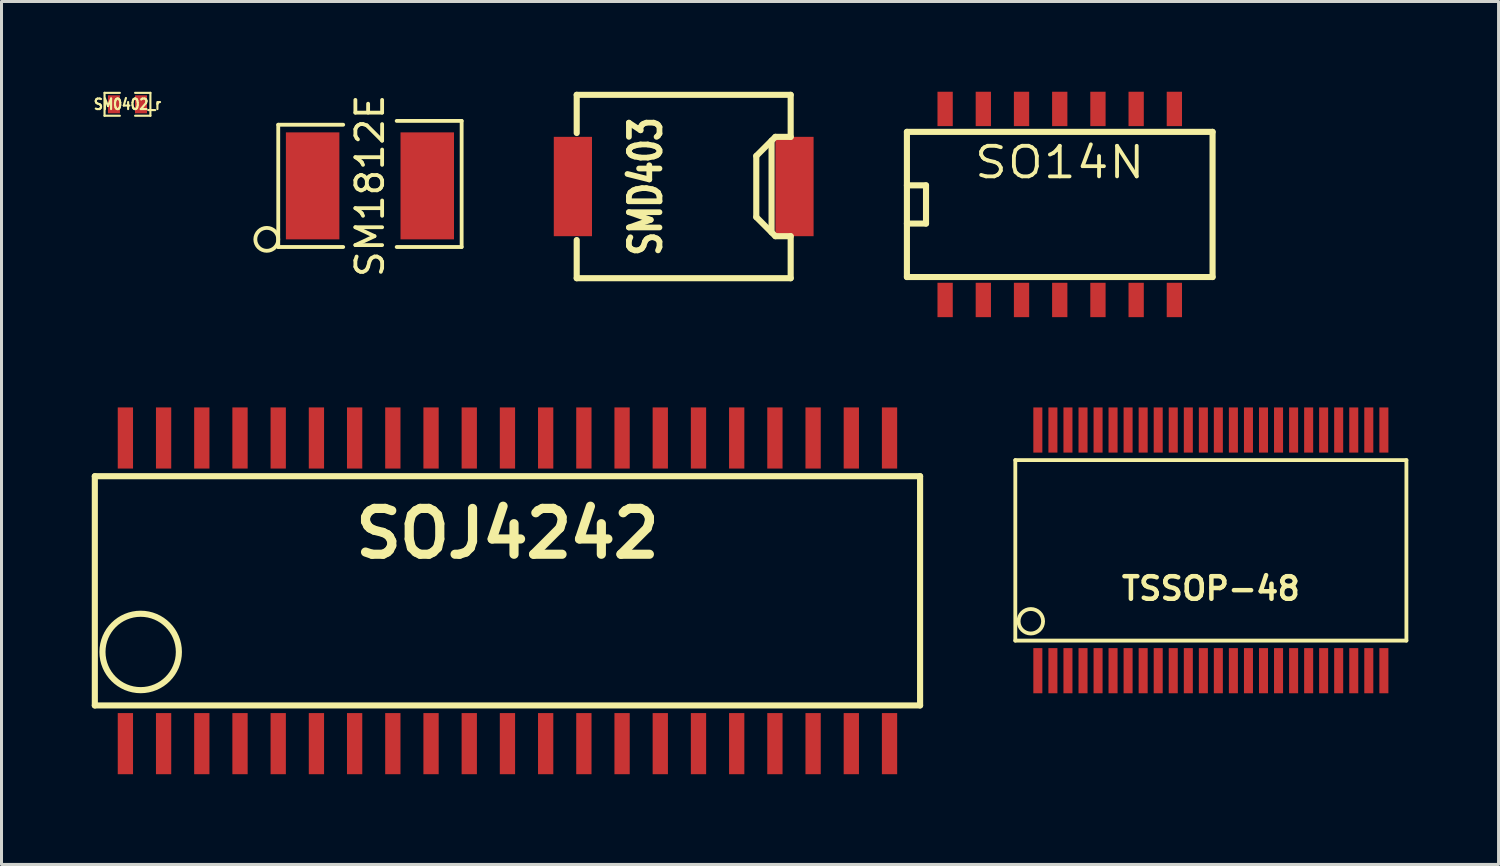
<source format=kicad_pcb>
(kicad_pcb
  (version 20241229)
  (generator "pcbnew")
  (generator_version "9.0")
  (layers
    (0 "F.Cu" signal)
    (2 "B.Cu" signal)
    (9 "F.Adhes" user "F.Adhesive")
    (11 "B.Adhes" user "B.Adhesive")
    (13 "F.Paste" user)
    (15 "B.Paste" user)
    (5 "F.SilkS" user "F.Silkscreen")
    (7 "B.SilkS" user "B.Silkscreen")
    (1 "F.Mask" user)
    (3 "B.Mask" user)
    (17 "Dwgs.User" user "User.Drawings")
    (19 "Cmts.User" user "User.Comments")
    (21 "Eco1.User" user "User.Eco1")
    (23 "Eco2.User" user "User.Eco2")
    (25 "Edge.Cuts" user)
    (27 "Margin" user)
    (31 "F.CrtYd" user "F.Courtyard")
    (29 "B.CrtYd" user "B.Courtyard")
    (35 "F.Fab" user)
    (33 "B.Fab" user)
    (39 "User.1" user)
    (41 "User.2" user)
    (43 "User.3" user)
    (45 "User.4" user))
  (footprint "SM0402_r"
    (layer "F.Cu")
    (at 1.187 0.417)
    (property "Reference" "SM0402_r" (at 0 0 0) (layer "F.SilkS") (effects (font (size 0.351 0.305) (thickness 0.071))))
    (attr smd)
    (fp_line (start -0.762 -0.381) (end -0.762 0.381) (stroke (width 0.071) (type solid)) (layer "F.SilkS"))
    (fp_line (start -0.762 0.381) (end -0.254 0.381) (stroke (width 0.071) (type solid)) (layer "F.SilkS"))
    (fp_line (start -0.254 -0.381) (end -0.762 -0.381) (stroke (width 0.071) (type solid)) (layer "F.SilkS"))
    (fp_line (start 0.254 -0.381) (end 0.762 -0.381) (stroke (width 0.071) (type solid)) (layer "F.SilkS"))
    (fp_line (start 0.762 -0.381) (end 0.762 0.381) (stroke (width 0.071) (type solid)) (layer "F.SilkS"))
    (fp_line (start 0.762 0.381) (end 0.254 0.381) (stroke (width 0.071) (type solid)) (layer "F.SilkS"))
    (pad "1" smd rect (at -0.45 0) (size 0.399 0.599) (layers "F.Cu" "F.Mask" "F.Paste"))
    (pad "2" smd rect (at 0.45 0) (size 0.399 0.599) (layers "F.Cu" "F.Mask" "F.Paste")))
  (footprint "TSSOP-48"
    (layer "F.Cu")
    (at 37.199 15.244)
    (property "Reference" "TSSOP-48" (at 0 1.27 0) (layer "F.SilkS") (effects (font (size 0.749 0.749) (thickness 0.15))))
    (attr smd)
    (fp_line (start -6.5 -3) (end 6.5 -3) (stroke (width 0.127) (type solid)) (layer "F.SilkS"))
    (fp_line (start -6.5 3) (end -6.5 -3) (stroke (width 0.127) (type solid)) (layer "F.SilkS"))
    (fp_line (start 6.5 -3) (end 6.5 3) (stroke (width 0.127) (type solid)) (layer "F.SilkS"))
    (fp_line (start 6.5 3) (end -6.5 3) (stroke (width 0.127) (type solid)) (layer "F.SilkS"))
    (fp_circle (center -5.984 2.357) (end -6.238 2.675) (stroke (width 0.127) (type solid)) (fill no) (layer "F.SilkS"))
    (pad "1" smd rect (at -5.751 4) (size 0.3 1.501) (layers "F.Cu" "F.Mask" "F.Paste"))
    (pad "2" smd rect (at -5.25 4) (size 0.3 1.501) (layers "F.Cu" "F.Mask" "F.Paste"))
    (pad "3" smd rect (at -4.75 4) (size 0.3 1.501) (layers "F.Cu" "F.Mask" "F.Paste"))
    (pad "4" smd rect (at -4.249 4) (size 0.3 1.501) (layers "F.Cu" "F.Mask" "F.Paste"))
    (pad "5" smd rect (at -3.749 4) (size 0.3 1.501) (layers "F.Cu" "F.Mask" "F.Paste"))
    (pad "6" smd rect (at -3.251 4) (size 0.3 1.501) (layers "F.Cu" "F.Mask" "F.Paste"))
    (pad "7" smd rect (at -2.751 4) (size 0.3 1.501) (layers "F.Cu" "F.Mask" "F.Paste"))
    (pad "8" smd rect (at -2.25 4) (size 0.3 1.501) (layers "F.Cu" "F.Mask" "F.Paste"))
    (pad "9" smd rect (at -1.75 4) (size 0.3 1.501) (layers "F.Cu" "F.Mask" "F.Paste"))
    (pad "10" smd rect (at -1.25 4) (size 0.3 1.501) (layers "F.Cu" "F.Mask" "F.Paste"))
    (pad "11" smd rect (at -0.749 4) (size 0.3 1.501) (layers "F.Cu" "F.Mask" "F.Paste"))
    (pad "12" smd rect (at -0.249 4) (size 0.3 1.501) (layers "F.Cu" "F.Mask" "F.Paste"))
    (pad "13" smd rect (at 0.249 4) (size 0.3 1.501) (layers "F.Cu" "F.Mask" "F.Paste"))
    (pad "14" smd rect (at 0.749 4) (size 0.3 1.501) (layers "F.Cu" "F.Mask" "F.Paste"))
    (pad "15" smd rect (at 1.25 4) (size 0.3 1.501) (layers "F.Cu" "F.Mask" "F.Paste"))
    (pad "16" smd rect (at 1.75 4) (size 0.3 1.501) (layers "F.Cu" "F.Mask" "F.Paste"))
    (pad "17" smd rect (at 2.25 4) (size 0.3 1.501) (layers "F.Cu" "F.Mask" "F.Paste"))
    (pad "18" smd rect (at 2.751 4) (size 0.3 1.501) (layers "F.Cu" "F.Mask" "F.Paste"))
    (pad "19" smd rect (at 3.251 4) (size 0.3 1.501) (layers "F.Cu" "F.Mask" "F.Paste"))
    (pad "20" smd rect (at 3.749 4) (size 0.3 1.501) (layers "F.Cu" "F.Mask" "F.Paste"))
    (pad "21" smd rect (at 4.249 4) (size 0.3 1.501) (layers "F.Cu" "F.Mask" "F.Paste"))
    (pad "22" smd rect (at 4.75 4) (size 0.3 1.501) (layers "F.Cu" "F.Mask" "F.Paste"))
    (pad "23" smd rect (at 5.25 4) (size 0.3 1.501) (layers "F.Cu" "F.Mask" "F.Paste"))
    (pad "24" smd rect (at 5.751 4) (size 0.3 1.501) (layers "F.Cu" "F.Mask" "F.Paste"))
    (pad "25" smd rect (at 5.751 -4) (size 0.3 1.501) (layers "F.Cu" "F.Mask" "F.Paste"))
    (pad "26" smd rect (at 5.25 -4) (size 0.3 1.501) (layers "F.Cu" "F.Mask" "F.Paste"))
    (pad "27" smd rect (at 4.75 -4) (size 0.3 1.501) (layers "F.Cu" "F.Mask" "F.Paste"))
    (pad "28" smd rect (at 4.249 -4) (size 0.3 1.501) (layers "F.Cu" "F.Mask" "F.Paste"))
    (pad "29" smd rect (at 3.749 -4) (size 0.3 1.501) (layers "F.Cu" "F.Mask" "F.Paste"))
    (pad "30" smd rect (at 3.251 -4) (size 0.3 1.501) (layers "F.Cu" "F.Mask" "F.Paste"))
    (pad "31" smd rect (at 2.751 -4) (size 0.3 1.501) (layers "F.Cu" "F.Mask" "F.Paste"))
    (pad "32" smd rect (at 2.25 -4) (size 0.3 1.501) (layers "F.Cu" "F.Mask" "F.Paste"))
    (pad "33" smd rect (at 1.75 -4) (size 0.3 1.501) (layers "F.Cu" "F.Mask" "F.Paste"))
    (pad "34" smd rect (at 1.25 -4) (size 0.3 1.501) (layers "F.Cu" "F.Mask" "F.Paste"))
    (pad "35" smd rect (at 0.749 -4) (size 0.3 1.501) (layers "F.Cu" "F.Mask" "F.Paste"))
    (pad "36" smd rect (at 0.249 -4) (size 0.3 1.501) (layers "F.Cu" "F.Mask" "F.Paste"))
    (pad "37" smd rect (at -0.249 -4) (size 0.3 1.501) (layers "F.Cu" "F.Mask" "F.Paste"))
    (pad "38" smd rect (at -0.749 -4) (size 0.3 1.501) (layers "F.Cu" "F.Mask" "F.Paste"))
    (pad "39" smd rect (at -1.25 -4) (size 0.3 1.501) (layers "F.Cu" "F.Mask" "F.Paste"))
    (pad "40" smd rect (at -1.75 -4) (size 0.3 1.501) (layers "F.Cu" "F.Mask" "F.Paste"))
    (pad "41" smd rect (at -2.25 -4) (size 0.3 1.501) (layers "F.Cu" "F.Mask" "F.Paste"))
    (pad "42" smd rect (at -2.751 -4) (size 0.3 1.501) (layers "F.Cu" "F.Mask" "F.Paste"))
    (pad "43" smd rect (at -3.251 -4) (size 0.3 1.501) (layers "F.Cu" "F.Mask" "F.Paste"))
    (pad "44" smd rect (at -3.749 -4) (size 0.3 1.501) (layers "F.Cu" "F.Mask" "F.Paste"))
    (pad "45" smd rect (at -4.249 -4) (size 0.3 1.501) (layers "F.Cu" "F.Mask" "F.Paste"))
    (pad "46" smd rect (at -4.75 -4) (size 0.3 1.501) (layers "F.Cu" "F.Mask" "F.Paste"))
    (pad "47" smd rect (at -5.25 -4) (size 0.3 1.501) (layers "F.Cu" "F.Mask" "F.Paste"))
    (pad "48" smd rect (at -5.751 -4) (size 0.3 1.501) (layers "F.Cu" "F.Mask" "F.Paste")))
  (footprint "SOJ4242"
    (layer "F.Cu")
    (at 13.818 16.589)
    (property "Reference" "SOJ4242" (at 0 -1.905 0) (layer "F.SilkS") (effects (font (size 1.524 1.524) (thickness 0.305))))
    (attr smd)
    (fp_line (start -13.716 -3.81) (end 13.716 -3.81) (stroke (width 0.203) (type solid)) (layer "F.SilkS"))
    (fp_line (start -13.716 3.81) (end -13.716 -3.81) (stroke (width 0.203) (type solid)) (layer "F.SilkS"))
    (fp_line (start 13.716 3.81) (end -13.716 3.81) (stroke (width 0.203) (type solid)) (layer "F.SilkS"))
    (fp_line (start 13.716 3.81) (end 13.716 -3.81) (stroke (width 0.203) (type solid)) (layer "F.SilkS"))
    (fp_circle (center -12.192 2.032) (end -12.192 0.762) (stroke (width 0.203) (type solid)) (fill no) (layer "F.SilkS"))
    (pad "1" smd rect (at -12.7 5.08) (size 0.508 2.032) (layers "F.Cu" "F.Mask" "F.Paste"))
    (pad "2" smd rect (at -11.43 5.08) (size 0.508 2.032) (layers "F.Cu" "F.Mask" "F.Paste"))
    (pad "3" smd rect (at -10.16 5.08) (size 0.508 2.032) (layers "F.Cu" "F.Mask" "F.Paste"))
    (pad "4" smd rect (at -8.89 5.08) (size 0.508 2.032) (layers "F.Cu" "F.Mask" "F.Paste"))
    (pad "5" smd rect (at -7.62 5.08) (size 0.508 2.032) (layers "F.Cu" "F.Mask" "F.Paste"))
    (pad "6" smd rect (at -6.35 5.08) (size 0.508 2.032) (layers "F.Cu" "F.Mask" "F.Paste"))
    (pad "7" smd rect (at -5.08 5.08) (size 0.508 2.032) (layers "F.Cu" "F.Mask" "F.Paste"))
    (pad "8" smd rect (at -3.81 5.08) (size 0.508 2.032) (layers "F.Cu" "F.Mask" "F.Paste"))
    (pad "9" smd rect (at -2.54 5.08) (size 0.508 2.032) (layers "F.Cu" "F.Mask" "F.Paste"))
    (pad "10" smd rect (at -1.27 5.08) (size 0.508 2.032) (layers "F.Cu" "F.Mask" "F.Paste"))
    (pad "11" smd rect (at 0 5.08) (size 0.508 2.032) (layers "F.Cu" "F.Mask" "F.Paste"))
    (pad "12" smd rect (at 1.27 5.08) (size 0.508 2.032) (layers "F.Cu" "F.Mask" "F.Paste"))
    (pad "13" smd rect (at 2.54 5.08) (size 0.508 2.032) (layers "F.Cu" "F.Mask" "F.Paste"))
    (pad "14" smd rect (at 3.81 5.08) (size 0.508 2.032) (layers "F.Cu" "F.Mask" "F.Paste"))
    (pad "15" smd rect (at 5.08 5.08) (size 0.508 2.032) (layers "F.Cu" "F.Mask" "F.Paste"))
    (pad "16" smd rect (at 6.35 5.08) (size 0.508 2.032) (layers "F.Cu" "F.Mask" "F.Paste"))
    (pad "17" smd rect (at 7.62 5.08) (size 0.508 2.032) (layers "F.Cu" "F.Mask" "F.Paste"))
    (pad "18" smd rect (at 8.89 5.08) (size 0.508 2.032) (layers "F.Cu" "F.Mask" "F.Paste"))
    (pad "19" smd rect (at 10.16 5.08) (size 0.508 2.032) (layers "F.Cu" "F.Mask" "F.Paste"))
    (pad "20" smd rect (at 11.43 5.08) (size 0.508 2.032) (layers "F.Cu" "F.Mask" "F.Paste"))
    (pad "21" smd rect (at 12.7 5.08) (size 0.508 2.032) (layers "F.Cu" "F.Mask" "F.Paste"))
    (pad "22" smd rect (at 12.7 -5.08) (size 0.508 2.032) (layers "F.Cu" "F.Mask" "F.Paste"))
    (pad "23" smd rect (at 11.43 -5.08) (size 0.508 2.032) (layers "F.Cu" "F.Mask" "F.Paste"))
    (pad "24" smd rect (at 10.16 -5.08) (size 0.508 2.032) (layers "F.Cu" "F.Mask" "F.Paste"))
    (pad "25" smd rect (at 8.89 -5.08) (size 0.508 2.032) (layers "F.Cu" "F.Mask" "F.Paste"))
    (pad "26" smd rect (at 7.62 -5.08) (size 0.508 2.032) (layers "F.Cu" "F.Mask" "F.Paste"))
    (pad "27" smd rect (at 6.35 -5.08) (size 0.508 2.032) (layers "F.Cu" "F.Mask" "F.Paste"))
    (pad "28" smd rect (at 5.08 -5.08) (size 0.508 2.032) (layers "F.Cu" "F.Mask" "F.Paste"))
    (pad "29" smd rect (at 3.81 -5.08) (size 0.508 2.032) (layers "F.Cu" "F.Mask" "F.Paste"))
    (pad "30" smd rect (at 2.54 -5.08) (size 0.508 2.032) (layers "F.Cu" "F.Mask" "F.Paste"))
    (pad "31" smd rect (at 1.27 -5.08) (size 0.508 2.032) (layers "F.Cu" "F.Mask" "F.Paste"))
    (pad "32" smd rect (at 0 -5.08) (size 0.508 2.032) (layers "F.Cu" "F.Mask" "F.Paste"))
    (pad "33" smd rect (at -1.27 -5.08) (size 0.508 2.032) (layers "F.Cu" "F.Mask" "F.Paste"))
    (pad "34" smd rect (at -2.54 -5.08) (size 0.508 2.032) (layers "F.Cu" "F.Mask" "F.Paste"))
    (pad "35" smd rect (at -3.81 -5.08) (size 0.508 2.032) (layers "F.Cu" "F.Mask" "F.Paste"))
    (pad "36" smd rect (at -5.08 -5.08) (size 0.508 2.032) (layers "F.Cu" "F.Mask" "F.Paste"))
    (pad "37" smd rect (at -6.35 -5.08) (size 0.508 2.032) (layers "F.Cu" "F.Mask" "F.Paste"))
    (pad "38" smd rect (at -7.62 -5.08) (size 0.508 2.032) (layers "F.Cu" "F.Mask" "F.Paste"))
    (pad "39" smd rect (at -8.89 -5.08) (size 0.508 2.032) (layers "F.Cu" "F.Mask" "F.Paste"))
    (pad "40" smd rect (at -10.16 -5.08) (size 0.508 2.032) (layers "F.Cu" "F.Mask" "F.Paste"))
    (pad "41" smd rect (at -11.43 -5.08) (size 0.508 2.032) (layers "F.Cu" "F.Mask" "F.Paste"))
    (pad "42" smd rect (at -12.7 -5.08) (size 0.508 2.032) (layers "F.Cu" "F.Mask" "F.Paste")))
  (footprint "SO14N"
    (layer "F.Cu")
    (at 32.176 3.619)
    (property "Reference" "SO14N" (at 0 -1.27 0) (layer "F.SilkS") (effects (font (size 1.016 1.143) (thickness 0.127))))
    (attr smd)
    (fp_line (start -5.08 -2.286) (end 5.08 -2.286) (stroke (width 0.203) (type solid)) (layer "F.SilkS"))
    (fp_line (start -5.08 -0.508) (end -4.445 -0.508) (stroke (width 0.203) (type solid)) (layer "F.SilkS"))
    (fp_line (start -5.08 2.54) (end -5.08 -2.286) (stroke (width 0.203) (type solid)) (layer "F.SilkS"))
    (fp_line (start -4.445 -0.508) (end -4.445 0.762) (stroke (width 0.203) (type solid)) (layer "F.SilkS"))
    (fp_line (start -4.445 0.762) (end -5.08 0.762) (stroke (width 0.203) (type solid)) (layer "F.SilkS"))
    (fp_line (start 5.08 -2.286) (end 5.08 2.54) (stroke (width 0.203) (type solid)) (layer "F.SilkS"))
    (fp_line (start 5.08 2.54) (end -5.08 2.54) (stroke (width 0.203) (type solid)) (layer "F.SilkS"))
    (pad "1" smd rect (at -3.81 3.302) (size 0.508 1.143) (layers "F.Cu" "F.Mask" "F.Paste"))
    (pad "2" smd rect (at -2.54 3.302) (size 0.508 1.143) (layers "F.Cu" "F.Mask" "F.Paste"))
    (pad "3" smd rect (at -1.27 3.302) (size 0.508 1.143) (layers "F.Cu" "F.Mask" "F.Paste"))
    (pad "4" smd rect (at 0 3.302) (size 0.508 1.143) (layers "F.Cu" "F.Mask" "F.Paste"))
    (pad "5" smd rect (at 1.27 3.302) (size 0.508 1.143) (layers "F.Cu" "F.Mask" "F.Paste"))
    (pad "6" smd rect (at 2.54 3.302) (size 0.508 1.143) (layers "F.Cu" "F.Mask" "F.Paste"))
    (pad "7" smd rect (at 3.81 3.302) (size 0.508 1.143) (layers "F.Cu" "F.Mask" "F.Paste"))
    (pad "8" smd rect (at 3.81 -3.048) (size 0.508 1.143) (layers "F.Cu" "F.Mask" "F.Paste"))
    (pad "9" smd rect (at 2.54 -3.048) (size 0.508 1.143) (layers "F.Cu" "F.Mask" "F.Paste"))
    (pad "10" smd rect (at 1.27 -3.048) (size 0.508 1.143) (layers "F.Cu" "F.Mask" "F.Paste"))
    (pad "11" smd rect (at 0 -3.048) (size 0.508 1.143) (layers "F.Cu" "F.Mask" "F.Paste"))
    (pad "12" smd rect (at -1.27 -3.048) (size 0.508 1.143) (layers "F.Cu" "F.Mask" "F.Paste"))
    (pad "13" smd rect (at -2.54 -3.048) (size 0.508 1.143) (layers "F.Cu" "F.Mask" "F.Paste"))
    (pad "14" smd rect (at -3.81 -3.048) (size 0.508 1.143) (layers "F.Cu" "F.Mask" "F.Paste")))
  (footprint "SMD403"
    (layer "F.Cu")
    (at 19.676 3.15)
    (property "Reference" "SMD403" (at -1.265 0 90) (layer "F.SilkS") (effects (font (size 1.016 0.762) (thickness 0.203))))
    (attr smd)
    (fp_line (start -3.556 -3.048) (end -3.556 -1.778) (stroke (width 0.203) (type solid)) (layer "F.SilkS"))
    (fp_line (start -3.556 -3.048) (end 3.556 -3.048) (stroke (width 0.203) (type solid)) (layer "F.SilkS"))
    (fp_line (start -3.556 3.048) (end -3.556 1.778) (stroke (width 0.203) (type solid)) (layer "F.SilkS"))
    (fp_line (start 2.413 1.016) (end 2.413 -1.016) (stroke (width 0.203) (type solid)) (layer "F.SilkS"))
    (fp_line (start 2.921 -1.524) (end 2.921 1.524) (stroke (width 0.203) (type solid)) (layer "F.SilkS"))
    (fp_line (start 3.048 -1.651) (end 2.413 -1.016) (stroke (width 0.203) (type solid)) (layer "F.SilkS"))
    (fp_line (start 3.048 1.651) (end 2.413 1.016) (stroke (width 0.203) (type solid)) (layer "F.SilkS"))
    (fp_line (start 3.556 -1.651) (end 3.048 -1.651) (stroke (width 0.203) (type solid)) (layer "F.SilkS"))
    (fp_line (start 3.556 -1.651) (end 3.556 -3.048) (stroke (width 0.203) (type solid)) (layer "F.SilkS"))
    (fp_line (start 3.556 1.651) (end 3.048 1.651) (stroke (width 0.203) (type solid)) (layer "F.SilkS"))
    (fp_line (start 3.556 3.048) (end -3.556 3.048) (stroke (width 0.203) (type solid)) (layer "F.SilkS"))
    (fp_line (start 3.556 3.048) (end 3.556 1.651) (stroke (width 0.203) (type solid)) (layer "F.SilkS"))
    (pad "1" smd rect (at -3.683 0) (size 1.27 3.302) (layers "F.Cu" "F.Mask" "F.Paste"))
    (pad "2" smd rect (at 3.683 0) (size 1.27 3.302) (layers "F.Cu" "F.Mask" "F.Paste")))
  (footprint "SM1812E"
    (layer "F.Cu")
    (at 9.247 3.128)
    (property "Reference" "SM1812E" (at 0 0 90) (layer "F.SilkS") (effects (font (size 0.889 0.889) (thickness 0.127))))
    (attr smd)
    (fp_line (start -3.048 -2.032) (end -3.048 2.032) (stroke (width 0.127) (type solid)) (layer "F.SilkS"))
    (fp_line (start -3.048 2.032) (end -0.889 2.032) (stroke (width 0.127) (type solid)) (layer "F.SilkS"))
    (fp_line (start -0.889 -2.032) (end -3.048 -2.032) (stroke (width 0.127) (type solid)) (layer "F.SilkS"))
    (fp_line (start 0.889 -2.159) (end 3.048 -2.159) (stroke (width 0.127) (type solid)) (layer "F.SilkS"))
    (fp_line (start 3.048 -2.159) (end 3.048 2.032) (stroke (width 0.127) (type solid)) (layer "F.SilkS"))
    (fp_line (start 3.048 2.032) (end 0.889 2.032) (stroke (width 0.127) (type solid)) (layer "F.SilkS"))
    (fp_circle (center -3.429 1.778) (end -3.048 1.778) (stroke (width 0.127) (type solid)) (fill no) (layer "F.SilkS"))
    (pad "1" smd rect (at -1.905 0) (size 1.778 3.556) (layers "F.Cu" "F.Mask" "F.Paste"))
    (pad "2" smd rect (at 1.905 0) (size 1.778 3.556) (layers "F.Cu" "F.Mask" "F.Paste")))
  (gr_rect
    (start -3 -3)
    (end 46.762 25.685)
    (stroke (width 0.1) (type default))
    (fill no)
    (layer "Edge.Cuts")))
</source>
